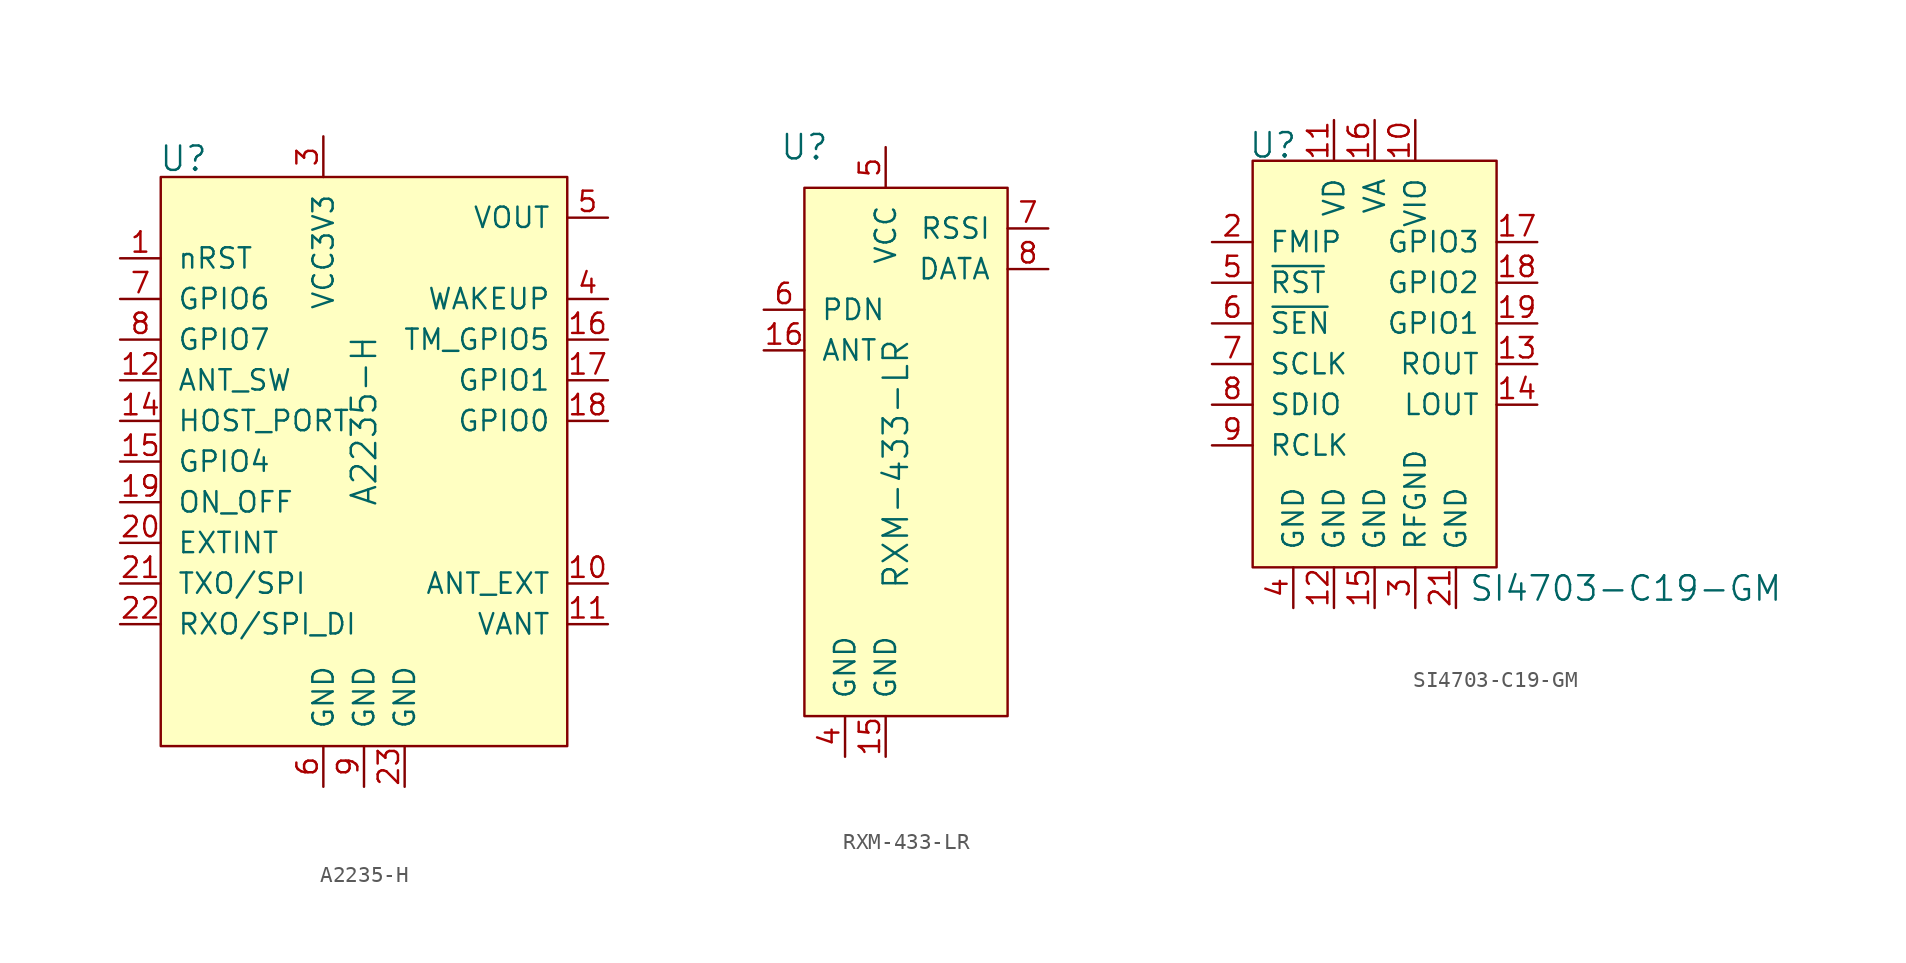
<source format=kicad_sym>
(kicad_symbol_lib
  (version 20231120)
  (generator "kicad_symbol_editor")
  (generator_version "8.0")
  (symbol "A2235-H"
    (pin_names
      (offset 1.016))
    (property "Reference" "U"
      (at -10.287 11.303 0)
      (effects (font (size 1.524 1.524)) (justify left)))
    (property "Value" "A2235-H"
      (at 2.54 -5.08 90)
      (effects (font (size 1.524 1.524))))
    (symbol "A2235-H_0_1"
      (rectangle (start -10.16 10.16) (end 15.24 -25.4) (stroke (width 0) (type default)) (fill (type background))))
    (symbol "A2235-H_1_1"
      (pin input line (at -12.7 5.08 0) (length 2.54) (name "nRST" (effects (font (size 1.27 1.27)))) (number "1" (effects (font (size 1.27 1.27)))))
      (pin passive line (at 17.78 -15.24 180) (length 2.54) (name "ANT_EXT" (effects (font (size 1.27 1.27)))) (number "10" (effects (font (size 1.27 1.27)))))
      (pin bidirectional line (at 17.78 -17.78 180) (length 2.54) (name "VANT" (effects (font (size 1.27 1.27)))) (number "11" (effects (font (size 1.27 1.27)))))
      (pin input line (at -12.7 -2.54 0) (length 2.54) (name "ANT_SW" (effects (font (size 1.27 1.27)))) (number "12" (effects (font (size 1.27 1.27)))))
      (pin no_connect line (at 15.24 -10.16 180) (length 2.54) hide (name "GPIO2" (effects (font (size 1.27 1.27)))) (number "13" (effects (font (size 1.27 1.27)))))
      (pin input line (at -12.7 -5.08 0) (length 2.54) (name "HOST_PORT" (effects (font (size 1.27 1.27)))) (number "14" (effects (font (size 1.27 1.27)))))
      (pin input line (at -12.7 -7.62 0) (length 2.54) (name "GPIO4" (effects (font (size 1.27 1.27)))) (number "15" (effects (font (size 1.27 1.27)))))
      (pin output line (at 17.78 0 180) (length 2.54) (name "TM_GPIO5" (effects (font (size 1.27 1.27)))) (number "16" (effects (font (size 1.27 1.27)))))
      (pin bidirectional line (at 17.78 -2.54 180) (length 2.54) (name "GPIO1" (effects (font (size 1.27 1.27)))) (number "17" (effects (font (size 1.27 1.27)))))
      (pin bidirectional line (at 17.78 -5.08 180) (length 2.54) (name "GPIO0" (effects (font (size 1.27 1.27)))) (number "18" (effects (font (size 1.27 1.27)))))
      (pin input line (at -12.7 -10.16 0) (length 2.54) (name "ON_OFF" (effects (font (size 1.27 1.27)))) (number "19" (effects (font (size 1.27 1.27)))))
      (pin no_connect line (at 15.24 -7.62 180) (length 2.54) hide (name "GPIO3" (effects (font (size 1.27 1.27)))) (number "2" (effects (font (size 1.27 1.27)))))
      (pin input line (at -12.7 -12.7 0) (length 2.54) (name "EXTINT" (effects (font (size 1.27 1.27)))) (number "20" (effects (font (size 1.27 1.27)))))
      (pin output line (at -12.7 -15.24 0) (length 2.54) (name "TXO/SPI" (effects (font (size 1.27 1.27)))) (number "21" (effects (font (size 1.27 1.27)))))
      (pin input line (at -12.7 -17.78 0) (length 2.54) (name "RXO/SPI_DI" (effects (font (size 1.27 1.27)))) (number "22" (effects (font (size 1.27 1.27)))))
      (pin power_in line (at 5.08 -27.94 90) (length 2.54) (name "GND" (effects (font (size 1.27 1.27)))) (number "23" (effects (font (size 1.27 1.27)))))
      (pin power_in line (at 0 12.7 270) (length 2.54) (name "VCC3V3" (effects (font (size 1.27 1.27)))) (number "3" (effects (font (size 1.27 1.27)))))
      (pin output line (at 17.78 2.54 180) (length 2.54) (name "WAKEUP" (effects (font (size 1.27 1.27)))) (number "4" (effects (font (size 1.27 1.27)))))
      (pin power_out line (at 17.78 7.62 180) (length 2.54) (name "VOUT" (effects (font (size 1.27 1.27)))) (number "5" (effects (font (size 1.27 1.27)))))
      (pin power_in line (at 0 -27.94 90) (length 2.54) (name "GND" (effects (font (size 1.27 1.27)))) (number "6" (effects (font (size 1.27 1.27)))))
      (pin input line (at -12.7 2.54 0) (length 2.54) (name "GPIO6" (effects (font (size 1.27 1.27)))) (number "7" (effects (font (size 1.27 1.27)))))
      (pin input line (at -12.7 0 0) (length 2.54) (name "GPIO7" (effects (font (size 1.27 1.27)))) (number "8" (effects (font (size 1.27 1.27)))))
      (pin power_in line (at 2.54 -27.94 90) (length 2.54) (name "GND" (effects (font (size 1.27 1.27)))) (number "9" (effects (font (size 1.27 1.27)))))))
  (symbol "RXM-433-LR"
    (pin_names
      (offset 1.016))
    (property "Reference" "U"
      (at -5.08 20.32 0)
      (effects (font (size 1.524 1.524))))
    (property "Value" "RXM-433-LR"
      (at 0.635 0.508 90)
      (effects (font (size 1.524 1.524))))
    (symbol "RXM-433-LR_1_1"
      (rectangle (start -5.08 17.78) (end 7.62 -15.24) (stroke (width 0) (type default)) (fill (type background)))
      (pin no_connect line (at 7.62 10.16 180) (length 2.54) hide (name "NC" (effects (font (size 1.27 1.27)))) (number "1" (effects (font (size 1.27 1.27)))))
      (pin no_connect line (at 7.62 0 180) (length 2.54) hide (name "NC" (effects (font (size 1.27 1.27)))) (number "10" (effects (font (size 1.27 1.27)))))
      (pin no_connect line (at 7.62 -2.54 180) (length 2.54) hide (name "NC" (effects (font (size 1.27 1.27)))) (number "11" (effects (font (size 1.27 1.27)))))
      (pin no_connect line (at 7.62 -5.08 180) (length 2.54) hide (name "NC" (effects (font (size 1.27 1.27)))) (number "12" (effects (font (size 1.27 1.27)))))
      (pin no_connect line (at 7.62 -7.62 180) (length 2.54) hide (name "NC" (effects (font (size 1.27 1.27)))) (number "13" (effects (font (size 1.27 1.27)))))
      (pin no_connect line (at 7.62 -10.16 180) (length 2.54) hide (name "NC" (effects (font (size 1.27 1.27)))) (number "14" (effects (font (size 1.27 1.27)))))
      (pin power_in line (at 0 -17.78 90) (length 2.54) (name "GND" (effects (font (size 1.27 1.27)))) (number "15" (effects (font (size 1.27 1.27)))))
      (pin input line (at -7.62 7.62 0) (length 2.54) (name "ANT" (effects (font (size 1.27 1.27)))) (number "16" (effects (font (size 1.27 1.27)))))
      (pin no_connect line (at 7.62 7.62 180) (length 2.54) hide (name "NC" (effects (font (size 1.27 1.27)))) (number "2" (effects (font (size 1.27 1.27)))))
      (pin no_connect line (at 7.62 5.08 180) (length 2.54) hide (name "NC" (effects (font (size 1.27 1.27)))) (number "3" (effects (font (size 1.27 1.27)))))
      (pin power_in line (at -2.54 -17.78 90) (length 2.54) (name "GND" (effects (font (size 1.27 1.27)))) (number "4" (effects (font (size 1.27 1.27)))))
      (pin power_in line (at 0 20.32 270) (length 2.54) (name "VCC" (effects (font (size 1.27 1.27)))) (number "5" (effects (font (size 1.27 1.27)))))
      (pin input line (at -7.62 10.16 0) (length 2.54) (name "PDN" (effects (font (size 1.27 1.27)))) (number "6" (effects (font (size 1.27 1.27)))))
      (pin output line (at 10.16 15.24 180) (length 2.54) (name "RSSI" (effects (font (size 1.27 1.27)))) (number "7" (effects (font (size 1.27 1.27)))))
      (pin output line (at 10.16 12.7 180) (length 2.54) (name "DATA" (effects (font (size 1.27 1.27)))) (number "8" (effects (font (size 1.27 1.27)))))
      (pin no_connect line (at 7.62 2.54 180) (length 2.54) hide (name "NC" (effects (font (size 1.27 1.27)))) (number "9" (effects (font (size 1.27 1.27)))))))
  (symbol "SI4703-C19-GM"
    (pin_names
      (offset 1.016))
    (property "Reference" "U"
      (at -7.899 8.585 0)
      (effects (font (size 1.524 1.524)) (justify left)))
    (property "Value" "SI4703-C19-GM"
      (at 5.867 -19.101 0)
      (effects (font (size 1.524 1.524)) (justify left)))
    (symbol "SI4703-C19-GM_0_1"
      (rectangle (start -7.62 7.62) (end 7.62 -17.78) (stroke (width 0) (type default)) (fill (type background))))
    (symbol "SI4703-C19-GM_1_1"
      (pin no_connect line (at -7.62 -15.24 0) (length 2.54) hide (name "NC" (effects (font (size 1.27 1.27)))) (number "1" (effects (font (size 1.27 1.27)))))
      (pin power_in line (at 2.54 10.16 270) (length 2.54) (name "VIO" (effects (font (size 1.27 1.27)))) (number "10" (effects (font (size 1.27 1.27)))))
      (pin power_in line (at -2.54 10.16 270) (length 2.54) (name "VD" (effects (font (size 1.27 1.27)))) (number "11" (effects (font (size 1.27 1.27)))))
      (pin power_in line (at -2.54 -20.32 90) (length 2.54) (name "GND" (effects (font (size 1.27 1.27)))) (number "12" (effects (font (size 1.27 1.27)))))
      (pin output line (at 10.16 -5.08 180) (length 2.54) (name "ROUT" (effects (font (size 1.27 1.27)))) (number "13" (effects (font (size 1.27 1.27)))))
      (pin output line (at 10.16 -7.62 180) (length 2.54) (name "LOUT" (effects (font (size 1.27 1.27)))) (number "14" (effects (font (size 1.27 1.27)))))
      (pin power_in line (at 0 -20.32 90) (length 2.54) (name "GND" (effects (font (size 1.27 1.27)))) (number "15" (effects (font (size 1.27 1.27)))))
      (pin power_in line (at 0 10.16 270) (length 2.54) (name "VA" (effects (font (size 1.27 1.27)))) (number "16" (effects (font (size 1.27 1.27)))))
      (pin output line (at 10.16 2.54 180) (length 2.54) (name "GPIO3" (effects (font (size 1.27 1.27)))) (number "17" (effects (font (size 1.27 1.27)))))
      (pin output line (at 10.16 0 180) (length 2.54) (name "GPIO2" (effects (font (size 1.27 1.27)))) (number "18" (effects (font (size 1.27 1.27)))))
      (pin output line (at 10.16 -2.54 180) (length 2.54) (name "GPIO1" (effects (font (size 1.27 1.27)))) (number "19" (effects (font (size 1.27 1.27)))))
      (pin input line (at -10.16 2.54 0) (length 2.54) (name "FMIP" (effects (font (size 1.27 1.27)))) (number "2" (effects (font (size 1.27 1.27)))))
      (pin no_connect line (at -7.62 -12.7 0) (length 2.54) hide (name "NC" (effects (font (size 1.27 1.27)))) (number "20" (effects (font (size 1.27 1.27)))))
      (pin power_in line (at 5.08 -20.32 90) (length 2.54) (name "GND" (effects (font (size 1.27 1.27)))) (number "21" (effects (font (size 1.27 1.27)))))
      (pin power_in line (at 2.54 -20.32 90) (length 2.54) (name "RFGND" (effects (font (size 1.27 1.27)))) (number "3" (effects (font (size 1.27 1.27)))))
      (pin power_in line (at -5.08 -20.32 90) (length 2.54) (name "GND" (effects (font (size 1.27 1.27)))) (number "4" (effects (font (size 1.27 1.27)))))
      (pin input line (at -10.16 0 0) (length 2.54) (name "~{RST}" (effects (font (size 1.27 1.27)))) (number "5" (effects (font (size 1.27 1.27)))))
      (pin input line (at -10.16 -2.54 0) (length 2.54) (name "~{SEN}" (effects (font (size 1.27 1.27)))) (number "6" (effects (font (size 1.27 1.27)))))
      (pin input line (at -10.16 -5.08 0) (length 2.54) (name "SCLK" (effects (font (size 1.27 1.27)))) (number "7" (effects (font (size 1.27 1.27)))))
      (pin bidirectional line (at -10.16 -7.62 0) (length 2.54) (name "SDIO" (effects (font (size 1.27 1.27)))) (number "8" (effects (font (size 1.27 1.27)))))
      (pin input line (at -10.16 -10.16 0) (length 2.54) (name "RCLK" (effects (font (size 1.27 1.27)))) (number "9" (effects (font (size 1.27 1.27))))))))
</source>
